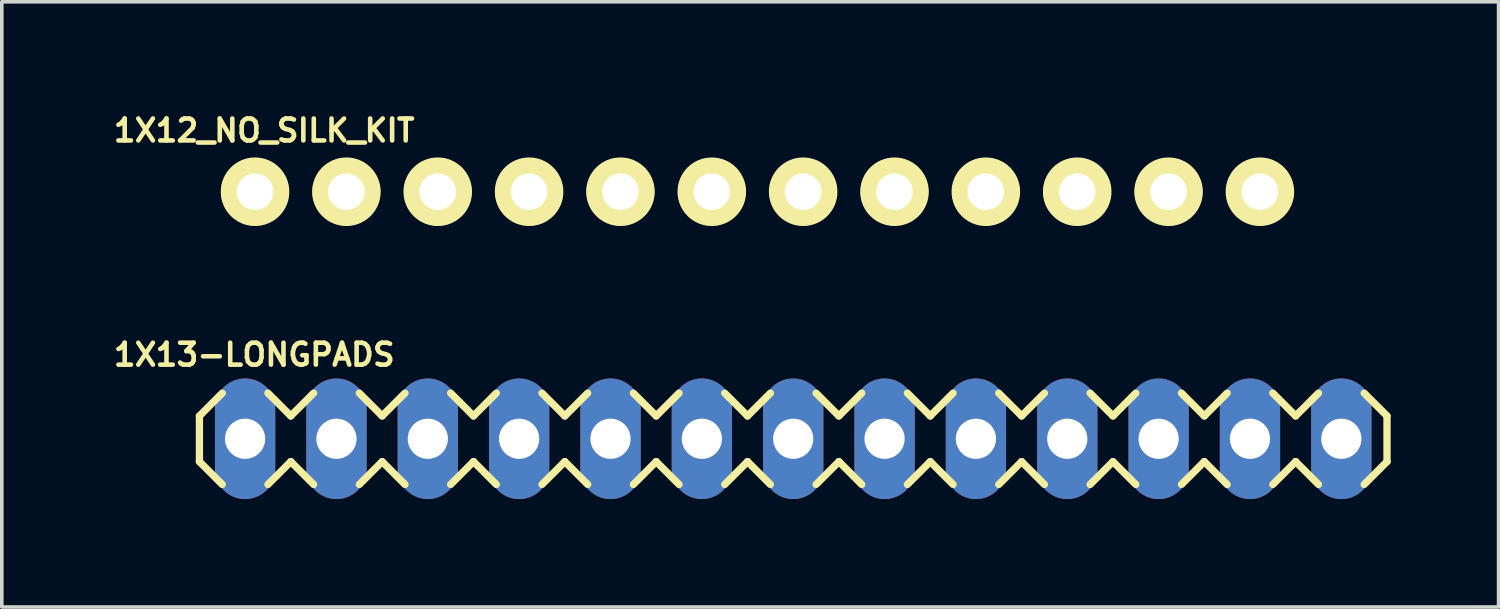
<source format=kicad_pcb>
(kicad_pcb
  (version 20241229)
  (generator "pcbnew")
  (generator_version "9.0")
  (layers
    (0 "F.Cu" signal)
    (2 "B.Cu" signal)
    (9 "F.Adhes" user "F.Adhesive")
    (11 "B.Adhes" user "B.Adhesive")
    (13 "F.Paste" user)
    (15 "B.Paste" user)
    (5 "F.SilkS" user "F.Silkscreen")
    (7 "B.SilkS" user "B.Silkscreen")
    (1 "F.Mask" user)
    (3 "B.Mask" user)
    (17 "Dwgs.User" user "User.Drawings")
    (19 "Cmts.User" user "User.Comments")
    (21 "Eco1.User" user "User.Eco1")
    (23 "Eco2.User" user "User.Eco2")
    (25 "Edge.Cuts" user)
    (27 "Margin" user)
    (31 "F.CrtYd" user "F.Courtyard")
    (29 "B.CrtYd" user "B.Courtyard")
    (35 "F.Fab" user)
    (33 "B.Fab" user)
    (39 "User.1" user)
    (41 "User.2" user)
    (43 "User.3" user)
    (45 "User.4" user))
  (footprint "1X12_NO_SILK_KIT"
    (layer "F.Cu")
    (at 4.041 2.281)
    (property "Reference" "1X12_NO_SILK_KIT" (at 0.254 -1.702 0) (layer "F.SilkS") (effects (font (size 0.61 0.61) (thickness 0.127))))
    (attr exclude_from_pos_files exclude_from_bom)
    (fp_circle (center 0 0) (end 0 -0.953) (stroke (width 0) (type solid)) (fill yes) (layer "F.SilkS"))
    (fp_circle (center 0 0) (end 0 -0.508) (stroke (width 0) (type solid)) (fill yes) (layer "F.SilkS"))
    (fp_circle (center 2.54 0) (end 2.54 -0.953) (stroke (width 0) (type solid)) (fill yes) (layer "F.SilkS"))
    (fp_circle (center 2.54 0) (end 2.54 -0.508) (stroke (width 0) (type solid)) (fill yes) (layer "F.SilkS"))
    (fp_circle (center 5.08 0) (end 5.08 -0.953) (stroke (width 0) (type solid)) (fill yes) (layer "F.SilkS"))
    (fp_circle (center 5.08 0) (end 5.08 -0.508) (stroke (width 0) (type solid)) (fill yes) (layer "F.SilkS"))
    (fp_circle (center 7.62 0) (end 7.62 -0.953) (stroke (width 0) (type solid)) (fill yes) (layer "F.SilkS"))
    (fp_circle (center 7.62 0) (end 7.62 -0.508) (stroke (width 0) (type solid)) (fill yes) (layer "F.SilkS"))
    (fp_circle (center 10.16 0) (end 10.16 -0.953) (stroke (width 0) (type solid)) (fill yes) (layer "F.SilkS"))
    (fp_circle (center 10.16 0) (end 10.16 -0.508) (stroke (width 0) (type solid)) (fill yes) (layer "F.SilkS"))
    (fp_circle (center 12.7 0) (end 12.7 -0.953) (stroke (width 0) (type solid)) (fill yes) (layer "F.SilkS"))
    (fp_circle (center 12.7 0) (end 12.7 -0.508) (stroke (width 0) (type solid)) (fill yes) (layer "F.SilkS"))
    (fp_circle (center 15.24 0) (end 15.24 -0.953) (stroke (width 0) (type solid)) (fill yes) (layer "F.SilkS"))
    (fp_circle (center 15.24 0) (end 15.24 -0.508) (stroke (width 0) (type solid)) (fill yes) (layer "F.SilkS"))
    (fp_circle (center 17.78 0) (end 17.78 -0.953) (stroke (width 0) (type solid)) (fill yes) (layer "F.SilkS"))
    (fp_circle (center 17.78 0) (end 17.78 -0.508) (stroke (width 0) (type solid)) (fill yes) (layer "F.SilkS"))
    (fp_circle (center 20.32 0) (end 20.32 -0.953) (stroke (width 0) (type solid)) (fill yes) (layer "F.SilkS"))
    (fp_circle (center 20.32 0) (end 20.32 -0.508) (stroke (width 0) (type solid)) (fill yes) (layer "F.SilkS"))
    (fp_circle (center 22.86 0) (end 22.86 -0.953) (stroke (width 0) (type solid)) (fill yes) (layer "F.SilkS"))
    (fp_circle (center 22.86 0) (end 22.86 -0.508) (stroke (width 0) (type solid)) (fill yes) (layer "F.SilkS"))
    (fp_circle (center 25.4 0) (end 25.4 -0.953) (stroke (width 0) (type solid)) (fill yes) (layer "F.SilkS"))
    (fp_circle (center 25.4 0) (end 25.4 -0.508) (stroke (width 0) (type solid)) (fill yes) (layer "F.SilkS"))
    (fp_circle (center 27.94 0) (end 27.94 -0.953) (stroke (width 0) (type solid)) (fill yes) (layer "F.SilkS"))
    (fp_circle (center 27.94 0) (end 27.94 -0.508) (stroke (width 0) (type solid)) (fill yes) (layer "F.SilkS"))
    (pad "1" thru_hole circle (at 0 0) (size 1.88 1.88) (drill 1.016) (layers "*.Cu" "*.Paste" "*.Mask"))
    (pad "2" thru_hole circle (at 2.54 0) (size 1.88 1.88) (drill 1.016) (layers "*.Cu" "*.Paste" "*.Mask"))
    (pad "3" thru_hole circle (at 5.08 0) (size 1.88 1.88) (drill 1.016) (layers "*.Cu" "*.Paste" "*.Mask"))
    (pad "4" thru_hole circle (at 7.62 0) (size 1.88 1.88) (drill 1.016) (layers "*.Cu" "*.Paste" "*.Mask"))
    (pad "5" thru_hole circle (at 10.16 0) (size 1.88 1.88) (drill 1.016) (layers "*.Cu" "*.Paste" "*.Mask"))
    (pad "6" thru_hole circle (at 12.7 0) (size 1.88 1.88) (drill 1.016) (layers "*.Cu" "*.Paste" "*.Mask"))
    (pad "7" thru_hole circle (at 15.24 0) (size 1.88 1.88) (drill 1.016) (layers "*.Cu" "*.Paste" "*.Mask"))
    (pad "8" thru_hole circle (at 17.78 0) (size 1.88 1.88) (drill 1.016) (layers "*.Cu" "*.Paste" "*.Mask"))
    (pad "9" thru_hole circle (at 20.32 0) (size 1.88 1.88) (drill 1.016) (layers "*.Cu" "*.Paste" "*.Mask"))
    (pad "10" thru_hole circle (at 22.86 0) (size 1.88 1.88) (drill 1.016) (layers "*.Cu" "*.Paste" "*.Mask"))
    (pad "11" thru_hole circle (at 25.4 0) (size 1.88 1.88) (drill 1.016) (layers "*.Cu" "*.Paste" "*.Mask"))
    (pad "12" thru_hole circle (at 27.94 0) (size 1.88 1.88) (drill 1.016) (layers "*.Cu" "*.Paste" "*.Mask")))
  (footprint "1X13-LONGPADS"
    (layer "F.Cu")
    (at 3.765 9.15)
    (property "Reference" "1X13-LONGPADS" (at 0.254 -2.337 0) (layer "F.SilkS") (effects (font (size 0.61 0.61) (thickness 0.127))))
    (attr exclude_from_pos_files exclude_from_bom)
    (fp_line (start -1.27 -0.635) (end -1.27 0.635) (stroke (width 0.203) (type solid)) (layer "F.SilkS"))
    (fp_line (start -1.27 0.635) (end -0.635 1.27) (stroke (width 0.203) (type solid)) (layer "F.SilkS"))
    (fp_line (start -0.635 -1.27) (end -1.27 -0.635) (stroke (width 0.203) (type solid)) (layer "F.SilkS"))
    (fp_line (start 0.635 -1.27) (end 1.27 -0.635) (stroke (width 0.203) (type solid)) (layer "F.SilkS"))
    (fp_line (start 1.27 -0.635) (end 1.905 -1.27) (stroke (width 0.203) (type solid)) (layer "F.SilkS"))
    (fp_line (start 1.27 0.635) (end 0.635 1.27) (stroke (width 0.203) (type solid)) (layer "F.SilkS"))
    (fp_line (start 1.905 1.27) (end 1.27 0.635) (stroke (width 0.203) (type solid)) (layer "F.SilkS"))
    (fp_line (start 3.175 -1.27) (end 3.81 -0.635) (stroke (width 0.203) (type solid)) (layer "F.SilkS"))
    (fp_line (start 3.81 -0.635) (end 4.445 -1.27) (stroke (width 0.203) (type solid)) (layer "F.SilkS"))
    (fp_line (start 3.81 0.635) (end 3.175 1.27) (stroke (width 0.203) (type solid)) (layer "F.SilkS"))
    (fp_line (start 4.445 1.27) (end 3.81 0.635) (stroke (width 0.203) (type solid)) (layer "F.SilkS"))
    (fp_line (start 5.715 -1.27) (end 6.35 -0.635) (stroke (width 0.203) (type solid)) (layer "F.SilkS"))
    (fp_line (start 6.35 0.635) (end 5.715 1.27) (stroke (width 0.203) (type solid)) (layer "F.SilkS"))
    (fp_line (start 6.35 0.635) (end 6.985 1.27) (stroke (width 0.203) (type solid)) (layer "F.SilkS"))
    (fp_line (start 6.985 -1.27) (end 6.35 -0.635) (stroke (width 0.203) (type solid)) (layer "F.SilkS"))
    (fp_line (start 8.255 -1.27) (end 8.89 -0.635) (stroke (width 0.203) (type solid)) (layer "F.SilkS"))
    (fp_line (start 8.89 -0.635) (end 9.525 -1.27) (stroke (width 0.203) (type solid)) (layer "F.SilkS"))
    (fp_line (start 8.89 0.635) (end 8.255 1.27) (stroke (width 0.203) (type solid)) (layer "F.SilkS"))
    (fp_line (start 9.525 1.27) (end 8.89 0.635) (stroke (width 0.203) (type solid)) (layer "F.SilkS"))
    (fp_line (start 10.795 -1.27) (end 11.43 -0.635) (stroke (width 0.203) (type solid)) (layer "F.SilkS"))
    (fp_line (start 11.43 -0.635) (end 12.065 -1.27) (stroke (width 0.203) (type solid)) (layer "F.SilkS"))
    (fp_line (start 11.43 0.635) (end 10.795 1.27) (stroke (width 0.203) (type solid)) (layer "F.SilkS"))
    (fp_line (start 12.065 1.27) (end 11.43 0.635) (stroke (width 0.203) (type solid)) (layer "F.SilkS"))
    (fp_line (start 13.335 -1.27) (end 13.97 -0.635) (stroke (width 0.203) (type solid)) (layer "F.SilkS"))
    (fp_line (start 13.97 0.635) (end 13.335 1.27) (stroke (width 0.203) (type solid)) (layer "F.SilkS"))
    (fp_line (start 13.97 0.635) (end 14.605 1.27) (stroke (width 0.203) (type solid)) (layer "F.SilkS"))
    (fp_line (start 14.605 -1.27) (end 13.97 -0.635) (stroke (width 0.203) (type solid)) (layer "F.SilkS"))
    (fp_line (start 15.875 -1.27) (end 16.51 -0.635) (stroke (width 0.203) (type solid)) (layer "F.SilkS"))
    (fp_line (start 16.51 0.635) (end 15.875 1.27) (stroke (width 0.203) (type solid)) (layer "F.SilkS"))
    (fp_line (start 16.51 0.635) (end 17.145 1.27) (stroke (width 0.203) (type solid)) (layer "F.SilkS"))
    (fp_line (start 17.145 -1.27) (end 16.51 -0.635) (stroke (width 0.203) (type solid)) (layer "F.SilkS"))
    (fp_line (start 18.415 -1.27) (end 19.05 -0.635) (stroke (width 0.203) (type solid)) (layer "F.SilkS"))
    (fp_line (start 19.05 -0.635) (end 19.685 -1.27) (stroke (width 0.203) (type solid)) (layer "F.SilkS"))
    (fp_line (start 19.05 0.635) (end 18.415 1.27) (stroke (width 0.203) (type solid)) (layer "F.SilkS"))
    (fp_line (start 19.685 1.27) (end 19.05 0.635) (stroke (width 0.203) (type solid)) (layer "F.SilkS"))
    (fp_line (start 20.955 -1.27) (end 21.59 -0.635) (stroke (width 0.203) (type solid)) (layer "F.SilkS"))
    (fp_line (start 21.59 -0.635) (end 22.225 -1.27) (stroke (width 0.203) (type solid)) (layer "F.SilkS"))
    (fp_line (start 21.59 0.635) (end 20.955 1.27) (stroke (width 0.203) (type solid)) (layer "F.SilkS"))
    (fp_line (start 22.225 1.27) (end 21.59 0.635) (stroke (width 0.203) (type solid)) (layer "F.SilkS"))
    (fp_line (start 23.495 -1.27) (end 24.13 -0.635) (stroke (width 0.203) (type solid)) (layer "F.SilkS"))
    (fp_line (start 24.13 0.635) (end 23.495 1.27) (stroke (width 0.203) (type solid)) (layer "F.SilkS"))
    (fp_line (start 24.13 0.635) (end 24.765 1.27) (stroke (width 0.203) (type solid)) (layer "F.SilkS"))
    (fp_line (start 24.765 -1.27) (end 24.13 -0.635) (stroke (width 0.203) (type solid)) (layer "F.SilkS"))
    (fp_line (start 26.035 -1.27) (end 26.67 -0.635) (stroke (width 0.203) (type solid)) (layer "F.SilkS"))
    (fp_line (start 26.67 -0.635) (end 27.305 -1.27) (stroke (width 0.203) (type solid)) (layer "F.SilkS"))
    (fp_line (start 26.67 0.635) (end 26.035 1.27) (stroke (width 0.203) (type solid)) (layer "F.SilkS"))
    (fp_line (start 27.305 1.27) (end 26.67 0.635) (stroke (width 0.203) (type solid)) (layer "F.SilkS"))
    (fp_line (start 28.575 -1.27) (end 29.21 -0.635) (stroke (width 0.203) (type solid)) (layer "F.SilkS"))
    (fp_line (start 29.21 -0.635) (end 29.845 -1.27) (stroke (width 0.203) (type solid)) (layer "F.SilkS"))
    (fp_line (start 29.21 0.635) (end 28.575 1.27) (stroke (width 0.203) (type solid)) (layer "F.SilkS"))
    (fp_line (start 29.845 1.27) (end 29.21 0.635) (stroke (width 0.203) (type solid)) (layer "F.SilkS"))
    (fp_line (start 31.115 -1.27) (end 31.75 -0.635) (stroke (width 0.203) (type solid)) (layer "F.SilkS"))
    (fp_line (start 31.75 0.635) (end 31.115 1.27) (stroke (width 0.203) (type solid)) (layer "F.SilkS"))
    (fp_line (start 31.75 0.635) (end 31.75 -0.635) (stroke (width 0.203) (type solid)) (layer "F.SilkS"))
    (fp_line (start -0.254 -0.254) (end 0.254 -0.254) (stroke (width 0.066) (type solid)) (layer "Dwgs.User"))
    (fp_line (start -0.254 0.254) (end -0.254 -0.254) (stroke (width 0.066) (type solid)) (layer "Dwgs.User"))
    (fp_line (start -0.254 0.254) (end 0.254 0.254) (stroke (width 0.066) (type solid)) (layer "Dwgs.User"))
    (fp_line (start 0.254 0.254) (end 0.254 -0.254) (stroke (width 0.066) (type solid)) (layer "Dwgs.User"))
    (fp_line (start 2.286 -0.254) (end 2.794 -0.254) (stroke (width 0.066) (type solid)) (layer "Dwgs.User"))
    (fp_line (start 2.286 0.254) (end 2.286 -0.254) (stroke (width 0.066) (type solid)) (layer "Dwgs.User"))
    (fp_line (start 2.286 0.254) (end 2.794 0.254) (stroke (width 0.066) (type solid)) (layer "Dwgs.User"))
    (fp_line (start 2.794 0.254) (end 2.794 -0.254) (stroke (width 0.066) (type solid)) (layer "Dwgs.User"))
    (fp_line (start 4.826 -0.254) (end 5.334 -0.254) (stroke (width 0.066) (type solid)) (layer "Dwgs.User"))
    (fp_line (start 4.826 0.254) (end 4.826 -0.254) (stroke (width 0.066) (type solid)) (layer "Dwgs.User"))
    (fp_line (start 4.826 0.254) (end 5.334 0.254) (stroke (width 0.066) (type solid)) (layer "Dwgs.User"))
    (fp_line (start 5.334 0.254) (end 5.334 -0.254) (stroke (width 0.066) (type solid)) (layer "Dwgs.User"))
    (fp_line (start 7.366 -0.254) (end 7.874 -0.254) (stroke (width 0.066) (type solid)) (layer "Dwgs.User"))
    (fp_line (start 7.366 0.254) (end 7.366 -0.254) (stroke (width 0.066) (type solid)) (layer "Dwgs.User"))
    (fp_line (start 7.366 0.254) (end 7.874 0.254) (stroke (width 0.066) (type solid)) (layer "Dwgs.User"))
    (fp_line (start 7.874 0.254) (end 7.874 -0.254) (stroke (width 0.066) (type solid)) (layer "Dwgs.User"))
    (fp_line (start 9.906 -0.254) (end 10.414 -0.254) (stroke (width 0.066) (type solid)) (layer "Dwgs.User"))
    (fp_line (start 9.906 0.254) (end 9.906 -0.254) (stroke (width 0.066) (type solid)) (layer "Dwgs.User"))
    (fp_line (start 9.906 0.254) (end 10.414 0.254) (stroke (width 0.066) (type solid)) (layer "Dwgs.User"))
    (fp_line (start 10.414 0.254) (end 10.414 -0.254) (stroke (width 0.066) (type solid)) (layer "Dwgs.User"))
    (fp_line (start 12.446 -0.254) (end 12.954 -0.254) (stroke (width 0.066) (type solid)) (layer "Dwgs.User"))
    (fp_line (start 12.446 0.254) (end 12.446 -0.254) (stroke (width 0.066) (type solid)) (layer "Dwgs.User"))
    (fp_line (start 12.446 0.254) (end 12.954 0.254) (stroke (width 0.066) (type solid)) (layer "Dwgs.User"))
    (fp_line (start 12.954 0.254) (end 12.954 -0.254) (stroke (width 0.066) (type solid)) (layer "Dwgs.User"))
    (fp_line (start 14.986 -0.254) (end 15.494 -0.254) (stroke (width 0.066) (type solid)) (layer "Dwgs.User"))
    (fp_line (start 14.986 0.254) (end 14.986 -0.254) (stroke (width 0.066) (type solid)) (layer "Dwgs.User"))
    (fp_line (start 14.986 0.254) (end 15.494 0.254) (stroke (width 0.066) (type solid)) (layer "Dwgs.User"))
    (fp_line (start 15.494 0.254) (end 15.494 -0.254) (stroke (width 0.066) (type solid)) (layer "Dwgs.User"))
    (fp_line (start 17.523 -0.254) (end 18.034 -0.254) (stroke (width 0.066) (type solid)) (layer "Dwgs.User"))
    (fp_line (start 17.523 0.254) (end 17.523 -0.254) (stroke (width 0.066) (type solid)) (layer "Dwgs.User"))
    (fp_line (start 17.523 0.254) (end 18.034 0.254) (stroke (width 0.066) (type solid)) (layer "Dwgs.User"))
    (fp_line (start 18.034 0.254) (end 18.034 -0.254) (stroke (width 0.066) (type solid)) (layer "Dwgs.User"))
    (fp_line (start 20.066 -0.254) (end 20.574 -0.254) (stroke (width 0.066) (type solid)) (layer "Dwgs.User"))
    (fp_line (start 20.066 0.254) (end 20.066 -0.254) (stroke (width 0.066) (type solid)) (layer "Dwgs.User"))
    (fp_line (start 20.066 0.254) (end 20.574 0.254) (stroke (width 0.066) (type solid)) (layer "Dwgs.User"))
    (fp_line (start 20.574 0.254) (end 20.574 -0.254) (stroke (width 0.066) (type solid)) (layer "Dwgs.User"))
    (fp_line (start 22.606 -0.254) (end 23.114 -0.254) (stroke (width 0.066) (type solid)) (layer "Dwgs.User"))
    (fp_line (start 22.606 0.254) (end 22.606 -0.254) (stroke (width 0.066) (type solid)) (layer "Dwgs.User"))
    (fp_line (start 22.606 0.254) (end 23.114 0.254) (stroke (width 0.066) (type solid)) (layer "Dwgs.User"))
    (fp_line (start 23.114 0.254) (end 23.114 -0.254) (stroke (width 0.066) (type solid)) (layer "Dwgs.User"))
    (fp_line (start 25.146 -0.254) (end 25.654 -0.254) (stroke (width 0.066) (type solid)) (layer "Dwgs.User"))
    (fp_line (start 25.146 0.254) (end 25.146 -0.254) (stroke (width 0.066) (type solid)) (layer "Dwgs.User"))
    (fp_line (start 25.146 0.254) (end 25.654 0.254) (stroke (width 0.066) (type solid)) (layer "Dwgs.User"))
    (fp_line (start 25.654 0.254) (end 25.654 -0.254) (stroke (width 0.066) (type solid)) (layer "Dwgs.User"))
    (fp_line (start 27.686 -0.254) (end 28.194 -0.254) (stroke (width 0.066) (type solid)) (layer "Dwgs.User"))
    (fp_line (start 27.686 0.254) (end 27.686 -0.254) (stroke (width 0.066) (type solid)) (layer "Dwgs.User"))
    (fp_line (start 27.686 0.254) (end 28.194 0.254) (stroke (width 0.066) (type solid)) (layer "Dwgs.User"))
    (fp_line (start 28.194 0.254) (end 28.194 -0.254) (stroke (width 0.066) (type solid)) (layer "Dwgs.User"))
    (fp_line (start 30.226 -0.254) (end 30.734 -0.254) (stroke (width 0.066) (type solid)) (layer "Dwgs.User"))
    (fp_line (start 30.226 0.254) (end 30.226 -0.254) (stroke (width 0.066) (type solid)) (layer "Dwgs.User"))
    (fp_line (start 30.226 0.254) (end 30.734 0.254) (stroke (width 0.066) (type solid)) (layer "Dwgs.User"))
    (fp_line (start 30.734 0.254) (end 30.734 -0.254) (stroke (width 0.066) (type solid)) (layer "Dwgs.User"))
    (pad "1" thru_hole oval (at 0 0 180) (size 1.676 3.353) (drill 1.118) (layers "*.Cu" "*.Paste" "*.Mask"))
    (pad "2" thru_hole oval (at 2.54 0 180) (size 1.676 3.353) (drill 1.118) (layers "*.Cu" "*.Paste" "*.Mask"))
    (pad "3" thru_hole oval (at 5.08 0 180) (size 1.676 3.353) (drill 1.118) (layers "*.Cu" "*.Paste" "*.Mask"))
    (pad "4" thru_hole oval (at 7.62 0 180) (size 1.676 3.353) (drill 1.118) (layers "*.Cu" "*.Paste" "*.Mask"))
    (pad "5" thru_hole oval (at 10.16 0 180) (size 1.676 3.353) (drill 1.118) (layers "*.Cu" "*.Paste" "*.Mask"))
    (pad "6" thru_hole oval (at 12.7 0 180) (size 1.676 3.353) (drill 1.118) (layers "*.Cu" "*.Paste" "*.Mask"))
    (pad "7" thru_hole oval (at 15.24 0 180) (size 1.676 3.353) (drill 1.118) (layers "*.Cu" "*.Paste" "*.Mask"))
    (pad "8" thru_hole oval (at 17.78 0 180) (size 1.676 3.353) (drill 1.118) (layers "*.Cu" "*.Paste" "*.Mask"))
    (pad "9" thru_hole oval (at 20.32 0 180) (size 1.676 3.353) (drill 1.118) (layers "*.Cu" "*.Paste" "*.Mask"))
    (pad "10" thru_hole oval (at 22.86 0 180) (size 1.676 3.353) (drill 1.118) (layers "*.Cu" "*.Paste" "*.Mask"))
    (pad "11" thru_hole oval (at 25.4 0 180) (size 1.676 3.353) (drill 1.118) (layers "*.Cu" "*.Paste" "*.Mask"))
    (pad "12" thru_hole oval (at 27.94 0 180) (size 1.676 3.353) (drill 1.118) (layers "*.Cu" "*.Paste" "*.Mask"))
    (pad "13" thru_hole oval (at 30.48 0 180) (size 1.676 3.353) (drill 1.118) (layers "*.Cu" "*.Paste" "*.Mask")))
  (gr_rect
    (start -3 -3)
    (end 38.617 13.827)
    (stroke (width 0.1) (type default))
    (fill no)
    (layer "Edge.Cuts")))
</source>
